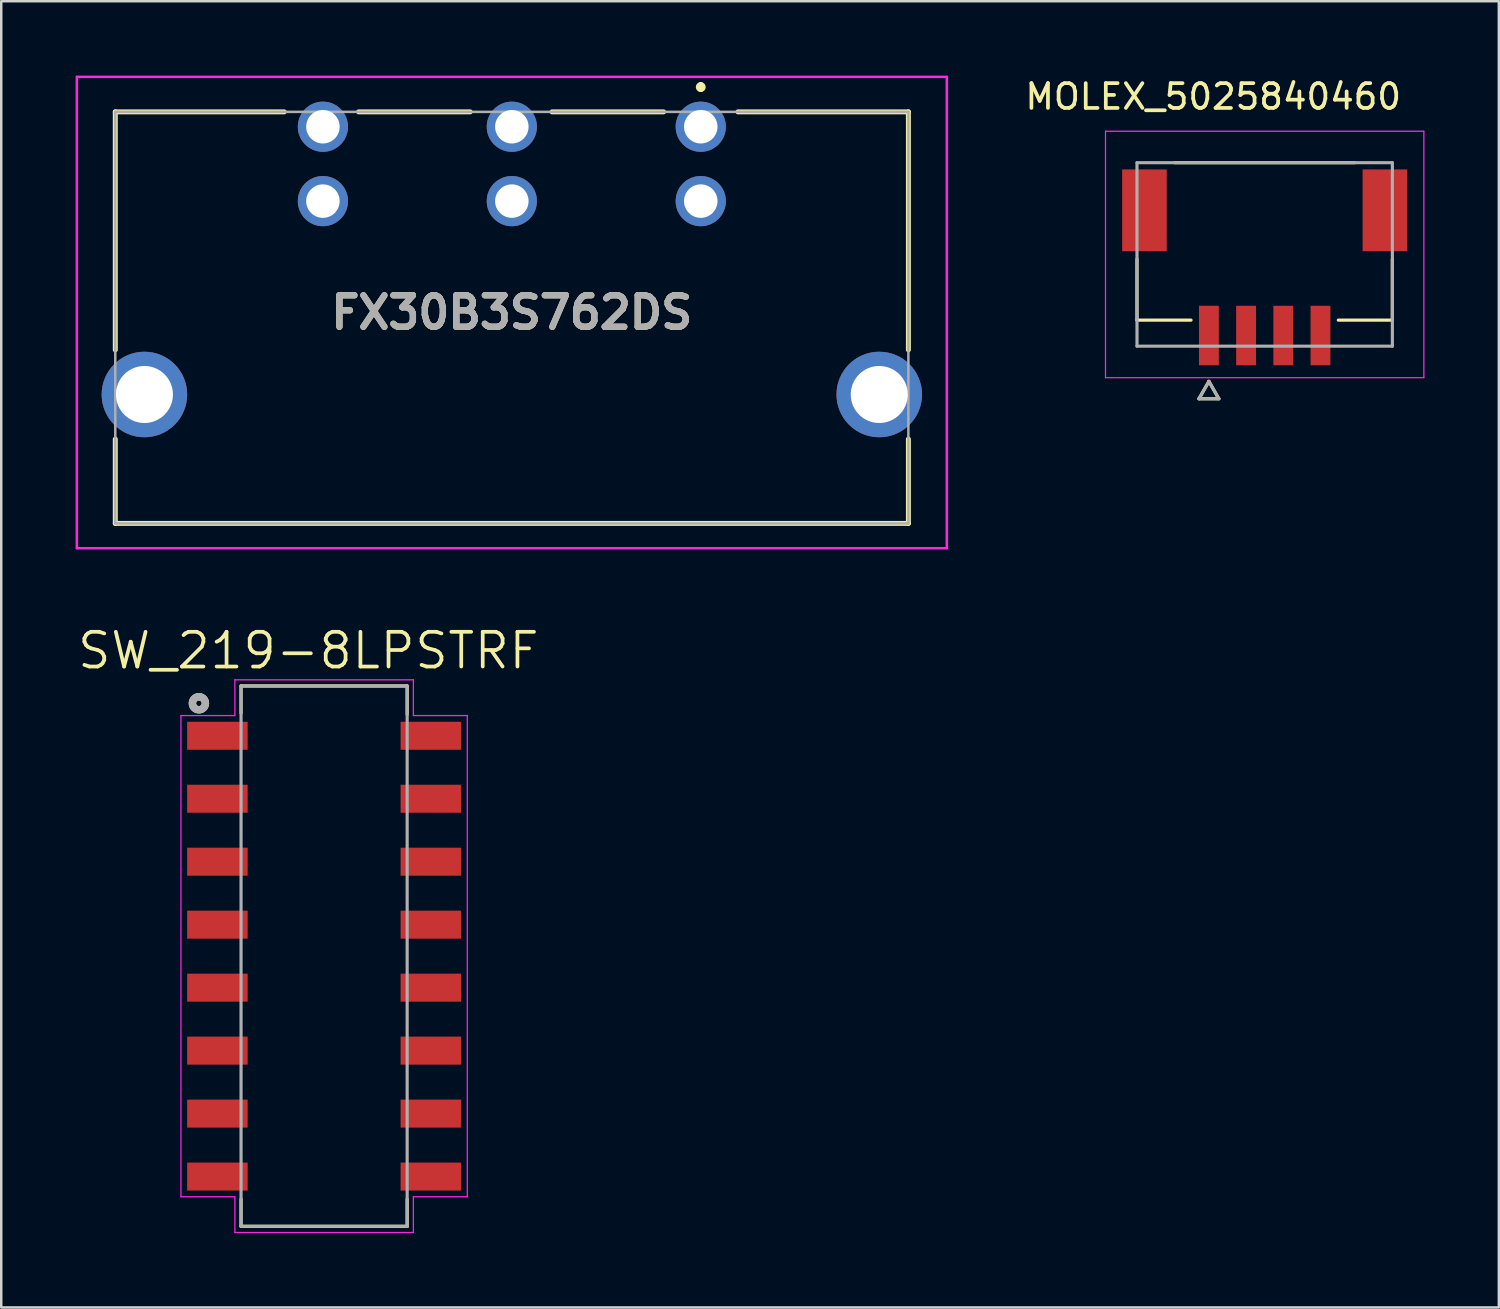
<source format=kicad_pcb>
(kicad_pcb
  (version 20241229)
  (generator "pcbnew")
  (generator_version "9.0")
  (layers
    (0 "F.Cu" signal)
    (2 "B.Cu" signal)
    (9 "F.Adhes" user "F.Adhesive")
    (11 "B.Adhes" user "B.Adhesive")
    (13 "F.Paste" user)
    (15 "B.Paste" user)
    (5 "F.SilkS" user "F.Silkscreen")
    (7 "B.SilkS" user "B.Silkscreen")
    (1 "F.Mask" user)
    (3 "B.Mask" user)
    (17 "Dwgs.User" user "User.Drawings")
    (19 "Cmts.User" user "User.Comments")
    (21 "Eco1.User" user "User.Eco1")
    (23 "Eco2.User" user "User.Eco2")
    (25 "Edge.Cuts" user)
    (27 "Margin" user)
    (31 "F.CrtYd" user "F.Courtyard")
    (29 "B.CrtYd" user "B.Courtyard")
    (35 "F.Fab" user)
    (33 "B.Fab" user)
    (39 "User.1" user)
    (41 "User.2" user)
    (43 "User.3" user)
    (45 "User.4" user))
  (footprint "MOLEX_5025840460"
    (layer "F.Cu")
    (at 47.961 7.213)
    (property "Reference" "MOLEX_5025840460" (at -2.075 -6.365 0) (layer "F.SilkS") (effects (font (size 1 1) (thickness 0.15))))
    (attr through_hole)
    (fp_poly (pts (xy -5.826 -3.506) (xy -3.874 -3.506) (xy -3.874 -0.054) (xy -5.826 -0.054)) (stroke (width 0.01) (type solid)) (fill yes) (layer "F.Mask"))
    (fp_poly (pts (xy -2.726 1.994) (xy -1.774 1.994) (xy -1.774 4.546) (xy -2.726 4.546)) (stroke (width 0.01) (type solid)) (fill yes) (layer "F.Mask"))
    (fp_poly (pts (xy -1.226 1.994) (xy -0.274 1.994) (xy -0.274 4.546) (xy -1.226 4.546)) (stroke (width 0.01) (type solid)) (fill yes) (layer "F.Mask"))
    (fp_poly (pts (xy 0.274 1.994) (xy 1.226 1.994) (xy 1.226 4.546) (xy 0.274 4.546)) (stroke (width 0.01) (type solid)) (fill yes) (layer "F.Mask"))
    (fp_poly (pts (xy 1.774 1.994) (xy 2.726 1.994) (xy 2.726 4.546) (xy 1.774 4.546)) (stroke (width 0.01) (type solid)) (fill yes) (layer "F.Mask"))
    (fp_poly (pts (xy 3.874 -3.506) (xy 5.826 -3.506) (xy 5.826 -0.054) (xy 3.874 -0.054)) (stroke (width 0.01) (type solid)) (fill yes) (layer "F.Mask"))
    (fp_line (start -5.15 2.65) (end -5.15 0.19) (stroke (width 0.127) (type solid)) (layer "F.SilkS"))
    (fp_line (start -2.97 2.65) (end -5.15 2.65) (stroke (width 0.127) (type solid)) (layer "F.SilkS"))
    (fp_line (start -2.65 5.82) (end -1.85 5.82) (stroke (width 0.127) (type solid)) (layer "F.SilkS"))
    (fp_line (start -2.25 5.12) (end -2.65 5.82) (stroke (width 0.127) (type solid)) (layer "F.SilkS"))
    (fp_line (start -1.85 5.82) (end -2.25 5.12) (stroke (width 0.127) (type solid)) (layer "F.SilkS"))
    (fp_line (start 3.63 -3.7) (end -3.63 -3.7) (stroke (width 0.127) (type solid)) (layer "F.SilkS"))
    (fp_line (start 5.15 0.19) (end 5.15 2.65) (stroke (width 0.127) (type solid)) (layer "F.SilkS"))
    (fp_line (start 5.15 2.65) (end 2.97 2.65) (stroke (width 0.127) (type solid)) (layer "F.SilkS"))
    (fp_line (start -6.42 -4.97) (end 6.42 -4.97) (stroke (width 0.05) (type solid)) (layer "F.CrtYd"))
    (fp_line (start -6.42 4.97) (end -6.42 -4.97) (stroke (width 0.05) (type solid)) (layer "F.CrtYd"))
    (fp_line (start -6.42 4.97) (end 6.42 4.97) (stroke (width 0.05) (type solid)) (layer "F.CrtYd"))
    (fp_line (start 6.42 -4.97) (end 6.42 4.97) (stroke (width 0.05) (type solid)) (layer "F.CrtYd"))
    (fp_line (start -5.15 -3.7) (end 5.15 -3.7) (stroke (width 0.127) (type solid)) (layer "F.Fab"))
    (fp_line (start -5.15 3.7) (end -5.15 -3.7) (stroke (width 0.127) (type solid)) (layer "F.Fab"))
    (fp_line (start -2.65 5.82) (end -1.85 5.82) (stroke (width 0.127) (type solid)) (layer "F.Fab"))
    (fp_line (start -2.25 5.12) (end -2.65 5.82) (stroke (width 0.127) (type solid)) (layer "F.Fab"))
    (fp_line (start -1.85 5.82) (end -2.25 5.12) (stroke (width 0.127) (type solid)) (layer "F.Fab"))
    (fp_line (start 5.15 -3.7) (end 5.15 3.7) (stroke (width 0.127) (type solid)) (layer "F.Fab"))
    (fp_line (start 5.15 3.7) (end -5.15 3.7) (stroke (width 0.127) (type solid)) (layer "F.Fab"))
    (pad "1" smd rect (at -2.25 3.27) (size 0.8 2.4) (layers "F.Cu" "F.Paste"))
    (pad "2" smd rect (at -0.75 3.27) (size 0.8 2.4) (layers "F.Cu" "F.Paste"))
    (pad "3" smd rect (at 0.75 3.27) (size 0.8 2.4) (layers "F.Cu" "F.Paste"))
    (pad "4" smd rect (at 2.25 3.27) (size 0.8 2.4) (layers "F.Cu" "F.Paste"))
    (pad "S1" smd rect (at -4.85 -1.78) (size 1.8 3.3) (layers "F.Cu" "F.Paste"))
    (pad "S2" smd rect (at 4.85 -1.78) (size 1.8 3.3) (layers "F.Cu" "F.Paste"))
    (zone (net_name "") (layer "F.Cu") (hatch full 0.508) (connect_pads) (min_thickness 0.01) (filled_areas_thickness no) (keepout (tracks not_allowed) (vias not_allowed) (pads not_allowed) (copperpour not_allowed) (footprints allowed)) (placement (enabled no)) (fill) (polygon (pts (xy 44.011 3.263) (xy 46.061 3.263) (xy 46.061 5.313) (xy 44.011 5.313))))
    (zone (net_name "") (layer "F.Cu") (hatch full 0.508) (connect_pads) (min_thickness 0.01) (filled_areas_thickness no) (keepout (tracks not_allowed) (vias not_allowed) (pads not_allowed) (copperpour not_allowed) (footprints allowed)) (placement (enabled no)) (fill) (polygon (pts (xy 47.051 3.263) (xy 48.871 3.263) (xy 48.871 5.823) (xy 47.051 5.823))))
    (zone (net_name "") (layer "F.Cu") (hatch full 0.508) (connect_pads) (min_thickness 0.01) (filled_areas_thickness no) (keepout (tracks not_allowed) (vias not_allowed) (pads not_allowed) (copperpour not_allowed) (footprints allowed)) (placement (enabled no)) (fill) (polygon (pts (xy 49.861 3.263) (xy 51.911 3.263) (xy 51.911 5.313) (xy 49.861 5.313))))
    (zone (net_name "") (layer "F.Cu") (hatch full 0.508) (connect_pads) (min_thickness 0.01) (filled_areas_thickness no) (keepout (tracks not_allowed) (vias not_allowed) (pads not_allowed) (copperpour not_allowed) (footprints allowed)) (placement (enabled no)) (fill) (polygon (pts (xy 42.411 8.133) (xy 42.411 10.733) (xy 45.311 10.733) (xy 45.311 9.283) (xy 46.111 9.283) (xy 46.111 10.733) (xy 46.811 10.733) (xy 46.811 9.283) (xy 47.611 9.283) (xy 47.611 10.733) (xy 48.311 10.733) (xy 48.311 9.283) (xy 49.111 9.283) (xy 49.111 10.733) (xy 49.811 10.733) (xy 49.811 9.283) (xy 50.611 9.283) (xy 50.611 10.733) (xy 53.511 10.733) (xy 53.511 8.133))))
    (zone (net_name "") (layers "F.Cu" "B.Cu") (hatch full 0.508) (connect_pads) (min_thickness 0.01) (filled_areas_thickness no) (keepout (tracks allowed) (vias not_allowed) (pads allowed) (copperpour allowed) (footprints allowed)) (placement (enabled no)) (fill) (polygon (pts (xy 44.011 3.263) (xy 46.061 3.263) (xy 46.061 5.313) (xy 44.011 5.313))))
    (zone (net_name "") (layers "F.Cu" "B.Cu") (hatch full 0.508) (connect_pads) (min_thickness 0.01) (filled_areas_thickness no) (keepout (tracks allowed) (vias not_allowed) (pads allowed) (copperpour allowed) (footprints allowed)) (placement (enabled no)) (fill) (polygon (pts (xy 47.051 3.263) (xy 48.871 3.263) (xy 48.871 5.823) (xy 47.051 5.823))))
    (zone (net_name "") (layers "F.Cu" "B.Cu") (hatch full 0.508) (connect_pads) (min_thickness 0.01) (filled_areas_thickness no) (keepout (tracks allowed) (vias not_allowed) (pads allowed) (copperpour allowed) (footprints allowed)) (placement (enabled no)) (fill) (polygon (pts (xy 49.861 3.263) (xy 51.911 3.263) (xy 51.911 5.313) (xy 49.861 5.313))))
    (zone (net_name "") (layers "F.Cu" "B.Cu") (hatch full 0.508) (connect_pads) (min_thickness 0.01) (filled_areas_thickness no) (keepout (tracks allowed) (vias not_allowed) (pads allowed) (copperpour allowed) (footprints allowed)) (placement (enabled no)) (fill) (polygon (pts (xy 42.411 8.133) (xy 42.411 10.733) (xy 45.311 10.733) (xy 45.311 9.283) (xy 46.111 9.283) (xy 46.111 10.733) (xy 46.811 10.733) (xy 46.811 9.283) (xy 47.611 9.283) (xy 47.611 10.733) (xy 48.311 10.733) (xy 48.311 9.283) (xy 49.111 9.283) (xy 49.111 10.733) (xy 49.811 10.733) (xy 49.811 9.283) (xy 50.611 9.283) (xy 50.611 10.733) (xy 53.511 10.733) (xy 53.511 8.133)))))
  (footprint "FX30B3S762DS"
    (layer "F.Cu")
    (at 25.215 2.062)
    (property "Reference" "FX30B3S762DS" (at -7.62 7.494 0) (layer "F.SilkS") (effects (font (size 1.27 1.27) (thickness 0.254))))
    (attr through_hole)
    (fp_line (start -23.615 -0.6) (end -16.8 -0.6) (stroke (width 0.2) (type solid)) (layer "F.SilkS"))
    (fp_line (start -23.615 9) (end -23.615 -0.6) (stroke (width 0.2) (type solid)) (layer "F.SilkS"))
    (fp_line (start -23.615 16) (end -23.615 12.6) (stroke (width 0.2) (type solid)) (layer "F.SilkS"))
    (fp_line (start -13.8 -0.6) (end -9.3 -0.6) (stroke (width 0.2) (type solid)) (layer "F.SilkS"))
    (fp_line (start -6 -0.6) (end -1.5 -0.6) (stroke (width 0.2) (type solid)) (layer "F.SilkS"))
    (fp_line (start 0 -1.7) (end 0 -1.7) (stroke (width 0.2) (type solid)) (layer "F.SilkS"))
    (fp_line (start 0 -1.5) (end 0 -1.5) (stroke (width 0.2) (type solid)) (layer "F.SilkS"))
    (fp_line (start 1.5 -0.6) (end 8.375 -0.6) (stroke (width 0.2) (type solid)) (layer "F.SilkS"))
    (fp_line (start 8.375 -0.6) (end 8.375 9) (stroke (width 0.2) (type solid)) (layer "F.SilkS"))
    (fp_line (start 8.375 12.6) (end 8.375 16) (stroke (width 0.2) (type solid)) (layer "F.SilkS"))
    (fp_line (start 8.375 16) (end -23.615 16) (stroke (width 0.2) (type solid)) (layer "F.SilkS"))
    (fp_arc (start 0 -1.7) (mid 0.1 -1.6) (end 0 -1.5) (stroke (width 0.2) (type solid)) (layer "F.SilkS"))
    (fp_arc (start 0 -1.5) (mid -0.1 -1.6) (end 0 -1.7) (stroke (width 0.2) (type solid)) (layer "F.SilkS"))
    (fp_line (start -25.165 -2.012) (end 9.925 -2.012) (stroke (width 0.1) (type solid)) (layer "F.CrtYd"))
    (fp_line (start -25.165 17) (end -25.165 -2.012) (stroke (width 0.1) (type solid)) (layer "F.CrtYd"))
    (fp_line (start 9.925 -2.012) (end 9.925 17) (stroke (width 0.1) (type solid)) (layer "F.CrtYd"))
    (fp_line (start 9.925 17) (end -25.165 17) (stroke (width 0.1) (type solid)) (layer "F.CrtYd"))
    (fp_line (start -23.615 -0.6) (end 8.375 -0.6) (stroke (width 0.1) (type solid)) (layer "F.Fab"))
    (fp_line (start -23.615 16) (end -23.615 -0.6) (stroke (width 0.1) (type solid)) (layer "F.Fab"))
    (fp_line (start 8.375 -0.6) (end 8.375 16) (stroke (width 0.1) (type solid)) (layer "F.Fab"))
    (fp_line (start 8.375 16) (end -23.615 16) (stroke (width 0.1) (type solid)) (layer "F.Fab"))
    (fp_text user "${REFERENCE}" (at -7.62 7.494 0) (layer "F.Fab") (effects (font (size 1.27 1.27) (thickness 0.254))))
    (pad "A1" thru_hole circle (at 0 0) (size 2.025 2.025) (drill 1.35) (layers "*.Cu" "*.Mask"))
    (pad "A2" thru_hole circle (at -7.62 0) (size 2.025 2.025) (drill 1.35) (layers "*.Cu" "*.Mask"))
    (pad "A3" thru_hole circle (at -15.24 0) (size 2.025 2.025) (drill 1.35) (layers "*.Cu" "*.Mask"))
    (pad "B1" thru_hole circle (at 0 3) (size 2.025 2.025) (drill 1.35) (layers "*.Cu" "*.Mask"))
    (pad "B2" thru_hole circle (at -7.62 3) (size 2.025 2.025) (drill 1.35) (layers "*.Cu" "*.Mask"))
    (pad "B3" thru_hole circle (at -15.24 3) (size 2.025 2.025) (drill 1.35) (layers "*.Cu" "*.Mask"))
    (pad "MH1" thru_hole circle (at 7.2 10.8) (size 3.45 3.45) (drill 2.3) (layers "*.Cu" "*.Mask"))
    (pad "MH2" thru_hole circle (at -22.44 10.8) (size 3.45 3.45) (drill 2.3) (layers "*.Cu" "*.Mask")))
  (footprint "SW_219-8LPSTRF"
    (layer "F.Cu")
    (at 10.023 35.517)
    (property "Reference" "SW_219-8LPSTRF" (at -0.635 -12.323 0) (layer "F.SilkS") (effects (font (size 1.4 1.4) (thickness 0.15))))
    (attr through_hole)
    (fp_line (start -3.35 -10.9) (end -3.35 -9.8) (stroke (width 0.127) (type solid)) (layer "F.SilkS"))
    (fp_line (start -3.35 10.9) (end -3.35 9.8) (stroke (width 0.127) (type solid)) (layer "F.SilkS"))
    (fp_line (start 3.35 -10.9) (end -3.35 -10.9) (stroke (width 0.127) (type solid)) (layer "F.SilkS"))
    (fp_line (start 3.35 -9.75) (end 3.35 -10.9) (stroke (width 0.127) (type solid)) (layer "F.SilkS"))
    (fp_line (start 3.35 9.8) (end 3.35 10.9) (stroke (width 0.127) (type solid)) (layer "F.SilkS"))
    (fp_line (start 3.35 10.9) (end -3.35 10.9) (stroke (width 0.127) (type solid)) (layer "F.SilkS"))
    (fp_circle (center -5.05 -10.2) (end -4.938 -10.2) (stroke (width 0.3) (type solid)) (fill no) (layer "F.SilkS"))
    (fp_line (start -5.775 -9.705) (end -3.6 -9.705) (stroke (width 0.05) (type solid)) (layer "F.CrtYd"))
    (fp_line (start -5.775 9.705) (end -5.775 -9.705) (stroke (width 0.05) (type solid)) (layer "F.CrtYd"))
    (fp_line (start -3.6 -11.145) (end 3.6 -11.145) (stroke (width 0.05) (type solid)) (layer "F.CrtYd"))
    (fp_line (start -3.6 -9.705) (end -3.6 -11.145) (stroke (width 0.05) (type solid)) (layer "F.CrtYd"))
    (fp_line (start -3.6 9.705) (end -5.775 9.705) (stroke (width 0.05) (type solid)) (layer "F.CrtYd"))
    (fp_line (start -3.6 11.145) (end -3.6 9.705) (stroke (width 0.05) (type solid)) (layer "F.CrtYd"))
    (fp_line (start 3.6 -11.145) (end 3.6 -9.705) (stroke (width 0.05) (type solid)) (layer "F.CrtYd"))
    (fp_line (start 3.6 -9.705) (end 5.775 -9.705) (stroke (width 0.05) (type solid)) (layer "F.CrtYd"))
    (fp_line (start 3.6 9.705) (end 3.6 11.145) (stroke (width 0.05) (type solid)) (layer "F.CrtYd"))
    (fp_line (start 3.6 11.145) (end -3.6 11.145) (stroke (width 0.05) (type solid)) (layer "F.CrtYd"))
    (fp_line (start 5.775 -9.705) (end 5.775 9.705) (stroke (width 0.05) (type solid)) (layer "F.CrtYd"))
    (fp_line (start 5.775 9.705) (end 3.6 9.705) (stroke (width 0.05) (type solid)) (layer "F.CrtYd"))
    (fp_line (start -3.35 -10.895) (end 3.35 -10.895) (stroke (width 0.127) (type solid)) (layer "F.Fab"))
    (fp_line (start -3.35 10.895) (end -3.35 -10.895) (stroke (width 0.127) (type solid)) (layer "F.Fab"))
    (fp_line (start 3.35 -10.895) (end 3.35 10.895) (stroke (width 0.127) (type solid)) (layer "F.Fab"))
    (fp_line (start 3.35 10.895) (end -3.35 10.895) (stroke (width 0.127) (type solid)) (layer "F.Fab"))
    (fp_circle (center -5.05 -10.2) (end -4.938 -10.2) (stroke (width 0.3) (type solid)) (fill no) (layer "F.Fab"))
    (pad "1" smd rect (at -4.305 -8.89 270) (size 1.13 2.44) (layers "F.Cu" "F.Mask" "F.Paste"))
    (pad "2" smd rect (at -4.305 -6.35 270) (size 1.13 2.44) (layers "F.Cu" "F.Mask" "F.Paste"))
    (pad "3" smd rect (at -4.305 -3.81 270) (size 1.13 2.44) (layers "F.Cu" "F.Mask" "F.Paste"))
    (pad "4" smd rect (at -4.305 -1.27 270) (size 1.13 2.44) (layers "F.Cu" "F.Mask" "F.Paste"))
    (pad "5" smd rect (at -4.305 1.27 270) (size 1.13 2.44) (layers "F.Cu" "F.Mask" "F.Paste"))
    (pad "6" smd rect (at -4.305 3.81 270) (size 1.13 2.44) (layers "F.Cu" "F.Mask" "F.Paste"))
    (pad "7" smd rect (at -4.305 6.35 270) (size 1.13 2.44) (layers "F.Cu" "F.Mask" "F.Paste"))
    (pad "8" smd rect (at -4.305 8.89 270) (size 1.13 2.44) (layers "F.Cu" "F.Mask" "F.Paste"))
    (pad "9" smd rect (at 4.305 8.89 270) (size 1.13 2.44) (layers "F.Cu" "F.Mask" "F.Paste"))
    (pad "10" smd rect (at 4.305 6.35 270) (size 1.13 2.44) (layers "F.Cu" "F.Mask" "F.Paste"))
    (pad "11" smd rect (at 4.305 3.81 270) (size 1.13 2.44) (layers "F.Cu" "F.Mask" "F.Paste"))
    (pad "12" smd rect (at 4.305 1.27 270) (size 1.13 2.44) (layers "F.Cu" "F.Mask" "F.Paste"))
    (pad "13" smd rect (at 4.305 -1.27 270) (size 1.13 2.44) (layers "F.Cu" "F.Mask" "F.Paste"))
    (pad "14" smd rect (at 4.305 -3.81 270) (size 1.13 2.44) (layers "F.Cu" "F.Mask" "F.Paste"))
    (pad "15" smd rect (at 4.305 -6.35 270) (size 1.13 2.44) (layers "F.Cu" "F.Mask" "F.Paste"))
    (pad "16" smd rect (at 4.305 -8.89 270) (size 1.13 2.44) (layers "F.Cu" "F.Mask" "F.Paste")))
  (gr_rect
    (start -3 -3)
    (end 57.406 49.687)
    (stroke (width 0.1) (type default))
    (fill no)
    (layer "Edge.Cuts")))
</source>
